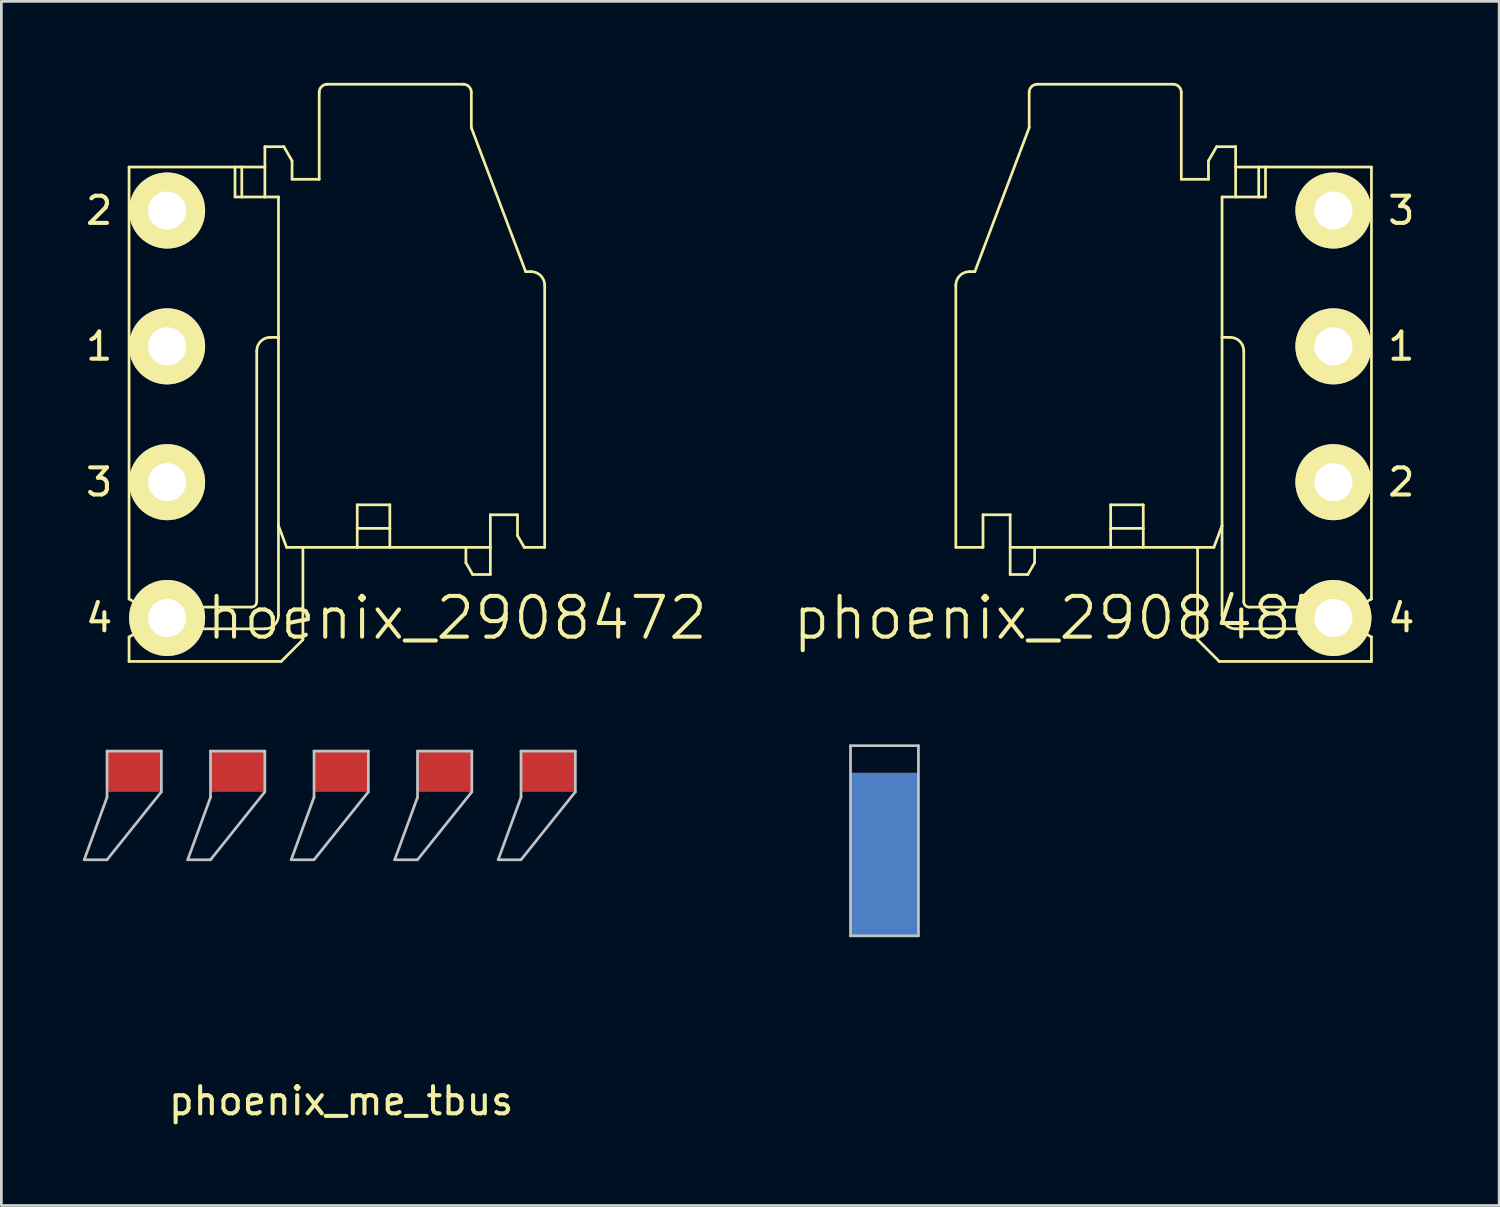
<source format=kicad_pcb>
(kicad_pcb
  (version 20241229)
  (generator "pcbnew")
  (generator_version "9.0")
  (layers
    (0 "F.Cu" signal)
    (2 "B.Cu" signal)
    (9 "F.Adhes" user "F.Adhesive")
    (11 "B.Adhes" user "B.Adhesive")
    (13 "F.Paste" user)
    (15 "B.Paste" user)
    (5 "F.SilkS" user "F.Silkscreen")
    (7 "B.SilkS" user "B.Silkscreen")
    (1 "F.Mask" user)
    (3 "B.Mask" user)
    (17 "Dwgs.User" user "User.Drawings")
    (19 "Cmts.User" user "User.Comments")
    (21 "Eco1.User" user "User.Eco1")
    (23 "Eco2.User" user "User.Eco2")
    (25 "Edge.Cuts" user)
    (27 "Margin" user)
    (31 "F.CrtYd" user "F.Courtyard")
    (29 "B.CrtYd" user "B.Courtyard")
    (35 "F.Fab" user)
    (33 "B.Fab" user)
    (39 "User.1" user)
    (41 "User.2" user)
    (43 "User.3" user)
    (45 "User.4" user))
  (footprint "phoenix_2908472"
    (layer "F.Cu")
    (at 3.101 12.2)
    (property "Reference" "phoenix_2908472" (at 10 7.5 0) (layer "F.SilkS") (effects (font (size 1.5 1.5) (thickness 0.15))))
    (attr through_hole)
    (fp_line (start -1.4 -9.1) (end 2.5 -9.1) (stroke (width 0.1) (type solid)) (layer "F.SilkS"))
    (fp_line (start -1.4 6.8) (end -1.4 -9.1) (stroke (width 0.1) (type solid)) (layer "F.SilkS"))
    (fp_line (start -1.4 8.2) (end -0.88 7.9) (stroke (width 0.1) (type solid)) (layer "F.SilkS"))
    (fp_line (start -1.4 9.1) (end -1.4 8.2) (stroke (width 0.1) (type solid)) (layer "F.SilkS"))
    (fp_line (start -1.4 9.1) (end 4.2 9.1) (stroke (width 0.1) (type solid)) (layer "F.SilkS"))
    (fp_line (start -0.88 7.1) (end -1.4 6.8) (stroke (width 0.1) (type solid)) (layer "F.SilkS"))
    (fp_line (start -0.88 7.1) (end -0.574 7.1) (stroke (width 0.1) (type solid)) (layer "F.SilkS"))
    (fp_line (start -0.574 7.1) (end -0.5 7.1) (stroke (width 0.1) (type solid)) (layer "F.SilkS"))
    (fp_line (start -0.574 7.9) (end -0.88 7.9) (stroke (width 0.1) (type solid)) (layer "F.SilkS"))
    (fp_line (start -0.5 7.1) (end -0.5 7.9) (stroke (width 0.1) (type solid)) (layer "F.SilkS"))
    (fp_line (start -0.5 7.9) (end -0.574 7.9) (stroke (width 0.1) (type solid)) (layer "F.SilkS"))
    (fp_line (start 0 7.1) (end -0.5 7.1) (stroke (width 0.1) (type solid)) (layer "F.SilkS"))
    (fp_line (start 0 7.9) (end -0.5 7.9) (stroke (width 0.1) (type solid)) (layer "F.SilkS"))
    (fp_line (start 0 7.9) (end 0 7.1) (stroke (width 0.1) (type solid)) (layer "F.SilkS"))
    (fp_line (start 0 7.9) (end 3.6 7.9) (stroke (width 0.1) (type solid)) (layer "F.SilkS"))
    (fp_line (start 2.5 -9.1) (end 2.5 -8) (stroke (width 0.1) (type solid)) (layer "F.SilkS"))
    (fp_line (start 2.75 -9.1) (end 2.5 -9.1) (stroke (width 0.1) (type solid)) (layer "F.SilkS"))
    (fp_line (start 2.75 -9.1) (end 2.75 -8) (stroke (width 0.1) (type solid)) (layer "F.SilkS"))
    (fp_line (start 2.75 -9.1) (end 3.6 -9.1) (stroke (width 0.1) (type solid)) (layer "F.SilkS"))
    (fp_line (start 2.75 -8) (end 2.5 -8) (stroke (width 0.1) (type solid)) (layer "F.SilkS"))
    (fp_line (start 3.1 7.1) (end 0 7.1) (stroke (width 0.1) (type solid)) (layer "F.SilkS"))
    (fp_line (start 3.3 6.9) (end 3.3 -2.331) (stroke (width 0.1) (type solid)) (layer "F.SilkS"))
    (fp_line (start 3.6 -9.85) (end 3.6 -9.1) (stroke (width 0.1) (type solid)) (layer "F.SilkS"))
    (fp_line (start 3.6 -9.1) (end 3.6 -8) (stroke (width 0.1) (type solid)) (layer "F.SilkS"))
    (fp_line (start 3.6 -8) (end 2.75 -8) (stroke (width 0.1) (type solid)) (layer "F.SilkS"))
    (fp_line (start 3.6 -8) (end 4.1 -8) (stroke (width 0.1) (type solid)) (layer "F.SilkS"))
    (fp_line (start 3.8 -2.831) (end 4.1 -2.831) (stroke (width 0.1) (type solid)) (layer "F.SilkS"))
    (fp_line (start 4.1 -8) (end 4.1 -2.831) (stroke (width 0.1) (type solid)) (layer "F.SilkS"))
    (fp_line (start 4.1 -2.831) (end 4.1 4.1) (stroke (width 0.1) (type solid)) (layer "F.SilkS"))
    (fp_line (start 4.1 4.1) (end 4.1 7.4) (stroke (width 0.1) (type solid)) (layer "F.SilkS"))
    (fp_line (start 4.2 9.1) (end 5 8.3) (stroke (width 0.1) (type solid)) (layer "F.SilkS"))
    (fp_line (start 4.3 -9.85) (end 3.6 -9.85) (stroke (width 0.1) (type solid)) (layer "F.SilkS"))
    (fp_line (start 4.4 4.9) (end 4.1 4.1) (stroke (width 0.1) (type solid)) (layer "F.SilkS"))
    (fp_line (start 4.4 4.9) (end 5 4.9) (stroke (width 0.1) (type solid)) (layer "F.SilkS"))
    (fp_line (start 4.6 -9.33) (end 4.3 -9.85) (stroke (width 0.1) (type solid)) (layer "F.SilkS"))
    (fp_line (start 4.6 -8.65) (end 4.6 -9.33) (stroke (width 0.1) (type solid)) (layer "F.SilkS"))
    (fp_line (start 4.6 -8.65) (end 5.6 -8.65) (stroke (width 0.1) (type solid)) (layer "F.SilkS"))
    (fp_line (start 5 4.9) (end 7 4.9) (stroke (width 0.1) (type solid)) (layer "F.SilkS"))
    (fp_line (start 5 8.3) (end 5 4.9) (stroke (width 0.1) (type solid)) (layer "F.SilkS"))
    (fp_line (start 5.6 -8.65) (end 5.6 -11.85) (stroke (width 0.1) (type solid)) (layer "F.SilkS"))
    (fp_line (start 5.9 -12.15) (end 10.9 -12.15) (stroke (width 0.1) (type solid)) (layer "F.SilkS"))
    (fp_line (start 7 3.334) (end 8.2 3.334) (stroke (width 0.1) (type solid)) (layer "F.SilkS"))
    (fp_line (start 7 4.2) (end 7 3.334) (stroke (width 0.1) (type solid)) (layer "F.SilkS"))
    (fp_line (start 7 4.2) (end 8.2 4.2) (stroke (width 0.1) (type solid)) (layer "F.SilkS"))
    (fp_line (start 7 4.9) (end 7 4.2) (stroke (width 0.1) (type solid)) (layer "F.SilkS"))
    (fp_line (start 7 4.9) (end 8.2 4.9) (stroke (width 0.1) (type solid)) (layer "F.SilkS"))
    (fp_line (start 8.2 4.2) (end 8.2 3.334) (stroke (width 0.1) (type solid)) (layer "F.SilkS"))
    (fp_line (start 8.2 4.9) (end 8.2 4.2) (stroke (width 0.1) (type solid)) (layer "F.SilkS"))
    (fp_line (start 8.2 4.9) (end 11 4.9) (stroke (width 0.1) (type solid)) (layer "F.SilkS"))
    (fp_line (start 11 4.9) (end 11.9 4.9) (stroke (width 0.1) (type solid)) (layer "F.SilkS"))
    (fp_line (start 11 5.467) (end 11 4.9) (stroke (width 0.1) (type solid)) (layer "F.SilkS"))
    (fp_line (start 11 5.467) (end 11.25 5.9) (stroke (width 0.1) (type solid)) (layer "F.SilkS"))
    (fp_line (start 11.2 -11.85) (end 11.2 -10.55) (stroke (width 0.1) (type solid)) (layer "F.SilkS"))
    (fp_line (start 11.2 -10.55) (end 13.2 -5.25) (stroke (width 0.1) (type solid)) (layer "F.SilkS"))
    (fp_line (start 11.25 5.9) (end 11.9 5.9) (stroke (width 0.1) (type solid)) (layer "F.SilkS"))
    (fp_line (start 11.9 3.7) (end 12.9 3.7) (stroke (width 0.1) (type solid)) (layer "F.SilkS"))
    (fp_line (start 11.9 4.9) (end 11.9 3.7) (stroke (width 0.1) (type solid)) (layer "F.SilkS"))
    (fp_line (start 11.9 4.9) (end 11.9 5.9) (stroke (width 0.1) (type solid)) (layer "F.SilkS"))
    (fp_line (start 12.9 3.7) (end 12.9 4.467) (stroke (width 0.1) (type solid)) (layer "F.SilkS"))
    (fp_line (start 12.9 4.467) (end 13.15 4.9) (stroke (width 0.1) (type solid)) (layer "F.SilkS"))
    (fp_line (start 13.2 -5.25) (end 13.4 -5.25) (stroke (width 0.1) (type solid)) (layer "F.SilkS"))
    (fp_line (start 13.9 -4.75) (end 13.9 4.9) (stroke (width 0.1) (type solid)) (layer "F.SilkS"))
    (fp_line (start 13.9 4.9) (end 13.15 4.9) (stroke (width 0.1) (type solid)) (layer "F.SilkS"))
    (fp_arc (start -0.574456 7.9) (mid -0.7 7.5) (end -0.574456 7.1) (stroke (width 0.1) (type solid)) (layer "F.SilkS"))
    (fp_arc (start 3.3 -2.331371) (mid 3.446447 -2.684924) (end 3.8 -2.831371) (stroke (width 0.1) (type solid)) (layer "F.SilkS"))
    (fp_arc (start 3.3 6.9) (mid 3.241421 7.041421) (end 3.1 7.1) (stroke (width 0.1) (type solid)) (layer "F.SilkS"))
    (fp_arc (start 4.1 7.4) (mid 3.953553 7.753553) (end 3.6 7.9) (stroke (width 0.1) (type solid)) (layer "F.SilkS"))
    (fp_arc (start 5.6 -11.85) (mid 5.687868 -12.062132) (end 5.9 -12.15) (stroke (width 0.1) (type solid)) (layer "F.SilkS"))
    (fp_arc (start 10.9 -12.15) (mid 11.112132 -12.062132) (end 11.2 -11.85) (stroke (width 0.1) (type solid)) (layer "F.SilkS"))
    (fp_arc (start 13.4 -5.25) (mid 13.753553 -5.103553) (end 13.9 -4.75) (stroke (width 0.1) (type solid)) (layer "F.SilkS"))
    (fp_text user "3" (at -2.5 2.5 0) (layer "F.SilkS") (effects (font (size 1 1) (thickness 0.15))))
    (fp_text user "1" (at -2.5 -2.5 0) (layer "F.SilkS") (effects (font (size 1 1) (thickness 0.15))))
    (fp_text user "4" (at -2.5 7.5 0) (layer "F.SilkS") (effects (font (size 1 1) (thickness 0.15))))
    (fp_text user "2" (at -2.5 -7.5 0) (layer "F.SilkS") (effects (font (size 1 1) (thickness 0.15))))
    (pad "1" thru_hole circle (at 0 -2.5) (size 2.8 2.8) (drill 1.4) (layers "*.Cu" "*.Mask" "F.SilkS"))
    (pad "2" thru_hole circle (at 0 -7.5) (size 2.8 2.8) (drill 1.4) (layers "*.Cu" "*.Mask" "F.SilkS"))
    (pad "3" thru_hole circle (at 0 2.5) (size 2.8 2.8) (drill 1.4) (layers "*.Cu" "*.Mask" "F.SilkS"))
    (pad "4" thru_hole circle (at 0 7.5) (size 2.8 2.8) (drill 1.4) (layers "*.Cu" "*.Mask" "F.SilkS")))
  (footprint "phoenix_me_tbus"
    (layer "F.Cu")
    (at 9.51 32.4)
    (property "Reference" "phoenix_me_tbus" (at 0 5.08 0) (layer "F.SilkS") (effects (font (size 1 1) (thickness 0.15))))
    (attr through_hole)
    (fp_line (start -9.46 -3.8) (end -8.62 -6.1) (stroke (width 0.1) (type solid)) (layer "Dwgs.User"))
    (fp_line (start -8.62 -7.8) (end -6.62 -7.8) (stroke (width 0.1) (type solid)) (layer "Dwgs.User"))
    (fp_line (start -8.62 -6.1) (end -8.62 -7.8) (stroke (width 0.1) (type solid)) (layer "Dwgs.User"))
    (fp_line (start -8.62 -3.8) (end -9.46 -3.8) (stroke (width 0.1) (type solid)) (layer "Dwgs.User"))
    (fp_line (start -6.62 -7.8) (end -6.62 -6.3) (stroke (width 0.1) (type solid)) (layer "Dwgs.User"))
    (fp_line (start -6.62 -6.3) (end -8.62 -3.8) (stroke (width 0.1) (type solid)) (layer "Dwgs.User"))
    (fp_line (start -5.65 -3.8) (end -4.81 -6.1) (stroke (width 0.1) (type solid)) (layer "Dwgs.User"))
    (fp_line (start -4.81 -7.8) (end -2.81 -7.8) (stroke (width 0.1) (type solid)) (layer "Dwgs.User"))
    (fp_line (start -4.81 -6.1) (end -4.81 -7.8) (stroke (width 0.1) (type solid)) (layer "Dwgs.User"))
    (fp_line (start -4.81 -3.8) (end -5.65 -3.8) (stroke (width 0.1) (type solid)) (layer "Dwgs.User"))
    (fp_line (start -2.81 -7.8) (end -2.81 -6.3) (stroke (width 0.1) (type solid)) (layer "Dwgs.User"))
    (fp_line (start -2.81 -6.3) (end -4.81 -3.8) (stroke (width 0.1) (type solid)) (layer "Dwgs.User"))
    (fp_line (start -1.84 -3.8) (end -1 -6.1) (stroke (width 0.1) (type solid)) (layer "Dwgs.User"))
    (fp_line (start -1 -7.8) (end 1 -7.8) (stroke (width 0.1) (type solid)) (layer "Dwgs.User"))
    (fp_line (start -1 -6.1) (end -1 -7.8) (stroke (width 0.1) (type solid)) (layer "Dwgs.User"))
    (fp_line (start -1 -3.8) (end -1.84 -3.8) (stroke (width 0.1) (type solid)) (layer "Dwgs.User"))
    (fp_line (start 1 -7.8) (end 1 -6.3) (stroke (width 0.1) (type solid)) (layer "Dwgs.User"))
    (fp_line (start 1 -6.3) (end -1 -3.8) (stroke (width 0.1) (type solid)) (layer "Dwgs.User"))
    (fp_line (start 1.97 -3.8) (end 2.81 -6.1) (stroke (width 0.1) (type solid)) (layer "Dwgs.User"))
    (fp_line (start 2.81 -7.8) (end 4.81 -7.8) (stroke (width 0.1) (type solid)) (layer "Dwgs.User"))
    (fp_line (start 2.81 -6.1) (end 2.81 -7.8) (stroke (width 0.1) (type solid)) (layer "Dwgs.User"))
    (fp_line (start 2.81 -3.8) (end 1.97 -3.8) (stroke (width 0.1) (type solid)) (layer "Dwgs.User"))
    (fp_line (start 4.81 -7.8) (end 4.81 -6.3) (stroke (width 0.1) (type solid)) (layer "Dwgs.User"))
    (fp_line (start 4.81 -6.3) (end 2.81 -3.8) (stroke (width 0.1) (type solid)) (layer "Dwgs.User"))
    (fp_line (start 5.78 -3.8) (end 6.62 -6.1) (stroke (width 0.1) (type solid)) (layer "Dwgs.User"))
    (fp_line (start 6.62 -7.8) (end 8.62 -7.8) (stroke (width 0.1) (type solid)) (layer "Dwgs.User"))
    (fp_line (start 6.62 -6.1) (end 6.62 -7.8) (stroke (width 0.1) (type solid)) (layer "Dwgs.User"))
    (fp_line (start 6.62 -3.8) (end 5.78 -3.8) (stroke (width 0.1) (type solid)) (layer "Dwgs.User"))
    (fp_line (start 8.62 -7.8) (end 8.62 -6.3) (stroke (width 0.1) (type solid)) (layer "Dwgs.User"))
    (fp_line (start 8.62 -6.3) (end 6.62 -3.8) (stroke (width 0.1) (type solid)) (layer "Dwgs.User"))
    (fp_line (start 18.75 -8) (end 21.25 -8) (stroke (width 0.1) (type solid)) (layer "Dwgs.User"))
    (fp_line (start 18.75 -1) (end 18.75 -8) (stroke (width 0.1) (type solid)) (layer "Dwgs.User"))
    (fp_line (start 21.25 -8) (end 21.25 -1) (stroke (width 0.1) (type solid)) (layer "Dwgs.User"))
    (fp_line (start 21.25 -1) (end 18.75 -1) (stroke (width 0.1) (type solid)) (layer "Dwgs.User"))
    (pad "1" smd rect (at -7.62 -7.05) (size 2 1.5) (layers "F.Cu" "F.Mask" "F.Paste"))
    (pad "2" smd rect (at -3.81 -7.05) (size 2 1.5) (layers "F.Cu" "F.Mask" "F.Paste"))
    (pad "3" smd rect (at 0 -7.05) (size 2 1.5) (layers "F.Cu" "F.Mask" "F.Paste"))
    (pad "4" smd rect (at 3.81 -7.05) (size 2 1.5) (layers "F.Cu" "F.Mask" "F.Paste"))
    (pad "5" smd rect (at 7.62 -7.05) (size 2 1.5) (layers "F.Cu" "F.Mask" "F.Paste"))
    (pad "shie" smd rect (at 20 -4) (size 2.5 6) (layers "F.Cu" "F.Mask" "F.Paste"))
    (pad "shie" smd rect (at 20 -4) (size 2.5 6) (layers "F.Mask" "B.Cu" "F.Paste")))
  (footprint "phoenix_2908485"
    (layer "F.Cu")
    (at 46.037 12.2)
    (property "Reference" "phoenix_2908485" (at -10 7.5 0) (layer "F.SilkS") (effects (font (size 1.5 1.5) (thickness 0.15))))
    (attr through_hole)
    (fp_line (start -13.9 -4.75) (end -13.9 4.9) (stroke (width 0.1) (type solid)) (layer "F.SilkS"))
    (fp_line (start -13.9 4.9) (end -12.9 4.9) (stroke (width 0.1) (type solid)) (layer "F.SilkS"))
    (fp_line (start -13.2 -5.25) (end -13.4 -5.25) (stroke (width 0.1) (type solid)) (layer "F.SilkS"))
    (fp_line (start -12.9 4.9) (end -12.9 3.7) (stroke (width 0.1) (type solid)) (layer "F.SilkS"))
    (fp_line (start -11.9 3.7) (end -12.9 3.7) (stroke (width 0.1) (type solid)) (layer "F.SilkS"))
    (fp_line (start -11.9 4.9) (end -11.9 3.7) (stroke (width 0.1) (type solid)) (layer "F.SilkS"))
    (fp_line (start -11.9 4.9) (end -11.9 5.9) (stroke (width 0.1) (type solid)) (layer "F.SilkS"))
    (fp_line (start -11.25 5.9) (end -11.9 5.9) (stroke (width 0.1) (type solid)) (layer "F.SilkS"))
    (fp_line (start -11.2 -11.85) (end -11.2 -10.55) (stroke (width 0.1) (type solid)) (layer "F.SilkS"))
    (fp_line (start -11.2 -10.55) (end -13.2 -5.25) (stroke (width 0.1) (type solid)) (layer "F.SilkS"))
    (fp_line (start -11 4.9) (end -11.9 4.9) (stroke (width 0.1) (type solid)) (layer "F.SilkS"))
    (fp_line (start -11 5.467) (end -11.25 5.9) (stroke (width 0.1) (type solid)) (layer "F.SilkS"))
    (fp_line (start -11 5.467) (end -11 4.9) (stroke (width 0.1) (type solid)) (layer "F.SilkS"))
    (fp_line (start -8.2 4.2) (end -8.2 3.334) (stroke (width 0.1) (type solid)) (layer "F.SilkS"))
    (fp_line (start -8.2 4.9) (end -11 4.9) (stroke (width 0.1) (type solid)) (layer "F.SilkS"))
    (fp_line (start -8.2 4.9) (end -8.2 4.2) (stroke (width 0.1) (type solid)) (layer "F.SilkS"))
    (fp_line (start -7 3.334) (end -8.2 3.334) (stroke (width 0.1) (type solid)) (layer "F.SilkS"))
    (fp_line (start -7 4.2) (end -8.2 4.2) (stroke (width 0.1) (type solid)) (layer "F.SilkS"))
    (fp_line (start -7 4.2) (end -7 3.334) (stroke (width 0.1) (type solid)) (layer "F.SilkS"))
    (fp_line (start -7 4.9) (end -8.2 4.9) (stroke (width 0.1) (type solid)) (layer "F.SilkS"))
    (fp_line (start -7 4.9) (end -7 4.2) (stroke (width 0.1) (type solid)) (layer "F.SilkS"))
    (fp_line (start -5.9 -12.15) (end -10.9 -12.15) (stroke (width 0.1) (type solid)) (layer "F.SilkS"))
    (fp_line (start -5.6 -8.65) (end -5.6 -11.85) (stroke (width 0.1) (type solid)) (layer "F.SilkS"))
    (fp_line (start -5 4.9) (end -7 4.9) (stroke (width 0.1) (type solid)) (layer "F.SilkS"))
    (fp_line (start -5 8.3) (end -5 4.9) (stroke (width 0.1) (type solid)) (layer "F.SilkS"))
    (fp_line (start -4.6 -9.33) (end -4.3 -9.85) (stroke (width 0.1) (type solid)) (layer "F.SilkS"))
    (fp_line (start -4.6 -8.65) (end -5.6 -8.65) (stroke (width 0.1) (type solid)) (layer "F.SilkS"))
    (fp_line (start -4.6 -8.65) (end -4.6 -9.33) (stroke (width 0.1) (type solid)) (layer "F.SilkS"))
    (fp_line (start -4.4 4.9) (end -5 4.9) (stroke (width 0.1) (type solid)) (layer "F.SilkS"))
    (fp_line (start -4.4 4.9) (end -4.1 4.1) (stroke (width 0.1) (type solid)) (layer "F.SilkS"))
    (fp_line (start -4.3 -9.85) (end -3.6 -9.85) (stroke (width 0.1) (type solid)) (layer "F.SilkS"))
    (fp_line (start -4.2 9.1) (end -5 8.3) (stroke (width 0.1) (type solid)) (layer "F.SilkS"))
    (fp_line (start -4.1 -8) (end -4.1 -2.831) (stroke (width 0.1) (type solid)) (layer "F.SilkS"))
    (fp_line (start -4.1 -2.831) (end -4.1 4.1) (stroke (width 0.1) (type solid)) (layer "F.SilkS"))
    (fp_line (start -4.1 -2.831) (end -3.8 -2.831) (stroke (width 0.1) (type solid)) (layer "F.SilkS"))
    (fp_line (start -4.1 7.4) (end -4.1 4.1) (stroke (width 0.1) (type solid)) (layer "F.SilkS"))
    (fp_line (start -3.6 -9.85) (end -3.6 -9.1) (stroke (width 0.1) (type solid)) (layer "F.SilkS"))
    (fp_line (start -3.6 -9.1) (end -3.6 -8) (stroke (width 0.1) (type solid)) (layer "F.SilkS"))
    (fp_line (start -3.6 -8) (end -4.1 -8) (stroke (width 0.1) (type solid)) (layer "F.SilkS"))
    (fp_line (start -3.6 -8) (end -2.75 -8) (stroke (width 0.1) (type solid)) (layer "F.SilkS"))
    (fp_line (start -3.3 -2.331) (end -3.3 6.9) (stroke (width 0.1) (type solid)) (layer "F.SilkS"))
    (fp_line (start -3.1 7.1) (end 0 7.1) (stroke (width 0.1) (type solid)) (layer "F.SilkS"))
    (fp_line (start -2.75 -9.1) (end -3.6 -9.1) (stroke (width 0.1) (type solid)) (layer "F.SilkS"))
    (fp_line (start -2.75 -9.1) (end -2.75 -8) (stroke (width 0.1) (type solid)) (layer "F.SilkS"))
    (fp_line (start -2.75 -9.1) (end -2.5 -9.1) (stroke (width 0.1) (type solid)) (layer "F.SilkS"))
    (fp_line (start -2.75 -8) (end -2.5 -8) (stroke (width 0.1) (type solid)) (layer "F.SilkS"))
    (fp_line (start -2.5 -9.1) (end -2.5 -8) (stroke (width 0.1) (type solid)) (layer "F.SilkS"))
    (fp_line (start -2.5 -9.1) (end 1.4 -9.1) (stroke (width 0.1) (type solid)) (layer "F.SilkS"))
    (fp_line (start 0 7.1) (end 0 7.9) (stroke (width 0.1) (type solid)) (layer "F.SilkS"))
    (fp_line (start 0 7.9) (end -3.6 7.9) (stroke (width 0.1) (type solid)) (layer "F.SilkS"))
    (fp_line (start 0.5 7.1) (end 0 7.1) (stroke (width 0.1) (type solid)) (layer "F.SilkS"))
    (fp_line (start 0.5 7.1) (end 0.5 7.9) (stroke (width 0.1) (type solid)) (layer "F.SilkS"))
    (fp_line (start 0.5 7.9) (end 0 7.9) (stroke (width 0.1) (type solid)) (layer "F.SilkS"))
    (fp_line (start 0.574 7.1) (end 0.5 7.1) (stroke (width 0.1) (type solid)) (layer "F.SilkS"))
    (fp_line (start 0.574 7.9) (end 0.5 7.9) (stroke (width 0.1) (type solid)) (layer "F.SilkS"))
    (fp_line (start 0.88 7.1) (end 0.574 7.1) (stroke (width 0.1) (type solid)) (layer "F.SilkS"))
    (fp_line (start 0.88 7.9) (end 0.574 7.9) (stroke (width 0.1) (type solid)) (layer "F.SilkS"))
    (fp_line (start 0.88 7.9) (end 1.4 8.2) (stroke (width 0.1) (type solid)) (layer "F.SilkS"))
    (fp_line (start 1.4 -9.1) (end 1.4 6.8) (stroke (width 0.1) (type solid)) (layer "F.SilkS"))
    (fp_line (start 1.4 6.8) (end 0.88 7.1) (stroke (width 0.1) (type solid)) (layer "F.SilkS"))
    (fp_line (start 1.4 9.1) (end -4.2 9.1) (stroke (width 0.1) (type solid)) (layer "F.SilkS"))
    (fp_line (start 1.4 9.1) (end 1.4 8.2) (stroke (width 0.1) (type solid)) (layer "F.SilkS"))
    (fp_arc (start -13.9 -4.75) (mid -13.753553 -5.103553) (end -13.4 -5.25) (stroke (width 0.1) (type solid)) (layer "F.SilkS"))
    (fp_arc (start -11.2 -11.85) (mid -11.112132 -12.062132) (end -10.9 -12.15) (stroke (width 0.1) (type solid)) (layer "F.SilkS"))
    (fp_arc (start -5.9 -12.15) (mid -5.687868 -12.062132) (end -5.6 -11.85) (stroke (width 0.1) (type solid)) (layer "F.SilkS"))
    (fp_arc (start -3.8 -2.831371) (mid -3.446447 -2.684924) (end -3.3 -2.331371) (stroke (width 0.1) (type solid)) (layer "F.SilkS"))
    (fp_arc (start -3.6 7.9) (mid -3.953553 7.753553) (end -4.1 7.4) (stroke (width 0.1) (type solid)) (layer "F.SilkS"))
    (fp_arc (start -3.1 7.1) (mid -3.241421 7.041421) (end -3.3 6.9) (stroke (width 0.1) (type solid)) (layer "F.SilkS"))
    (fp_arc (start 0.574456 7.1) (mid 0.7 7.5) (end 0.574456 7.9) (stroke (width 0.1) (type solid)) (layer "F.SilkS"))
    (fp_text user "1" (at 2.5 -2.5 0) (layer "F.SilkS") (effects (font (size 1 1) (thickness 0.15))))
    (fp_text user "2" (at 2.5 2.5 0) (layer "F.SilkS") (effects (font (size 1 1) (thickness 0.15))))
    (fp_text user "3" (at 2.5 -7.5 0) (layer "F.SilkS") (effects (font (size 1 1) (thickness 0.15))))
    (fp_text user "4" (at 2.5 7.5 0) (layer "F.SilkS") (effects (font (size 1 1) (thickness 0.15))))
    (pad "1" thru_hole circle (at 0 -2.5) (size 2.8 2.8) (drill 1.4) (layers "*.Cu" "*.Mask" "F.SilkS"))
    (pad "2" thru_hole circle (at 0 2.5) (size 2.8 2.8) (drill 1.4) (layers "*.Cu" "*.Mask" "F.SilkS"))
    (pad "3" thru_hole circle (at 0 -7.5) (size 2.8 2.8) (drill 1.4) (layers "*.Cu" "*.Mask" "F.SilkS"))
    (pad "4" thru_hole circle (at 0 7.5) (size 2.8 2.8) (drill 1.4) (layers "*.Cu" "*.Mask" "F.SilkS")))
  (gr_rect
    (start -3 -3)
    (end 52.138 41.328)
    (stroke (width 0.1) (type default))
    (fill no)
    (layer "Edge.Cuts")))
</source>
